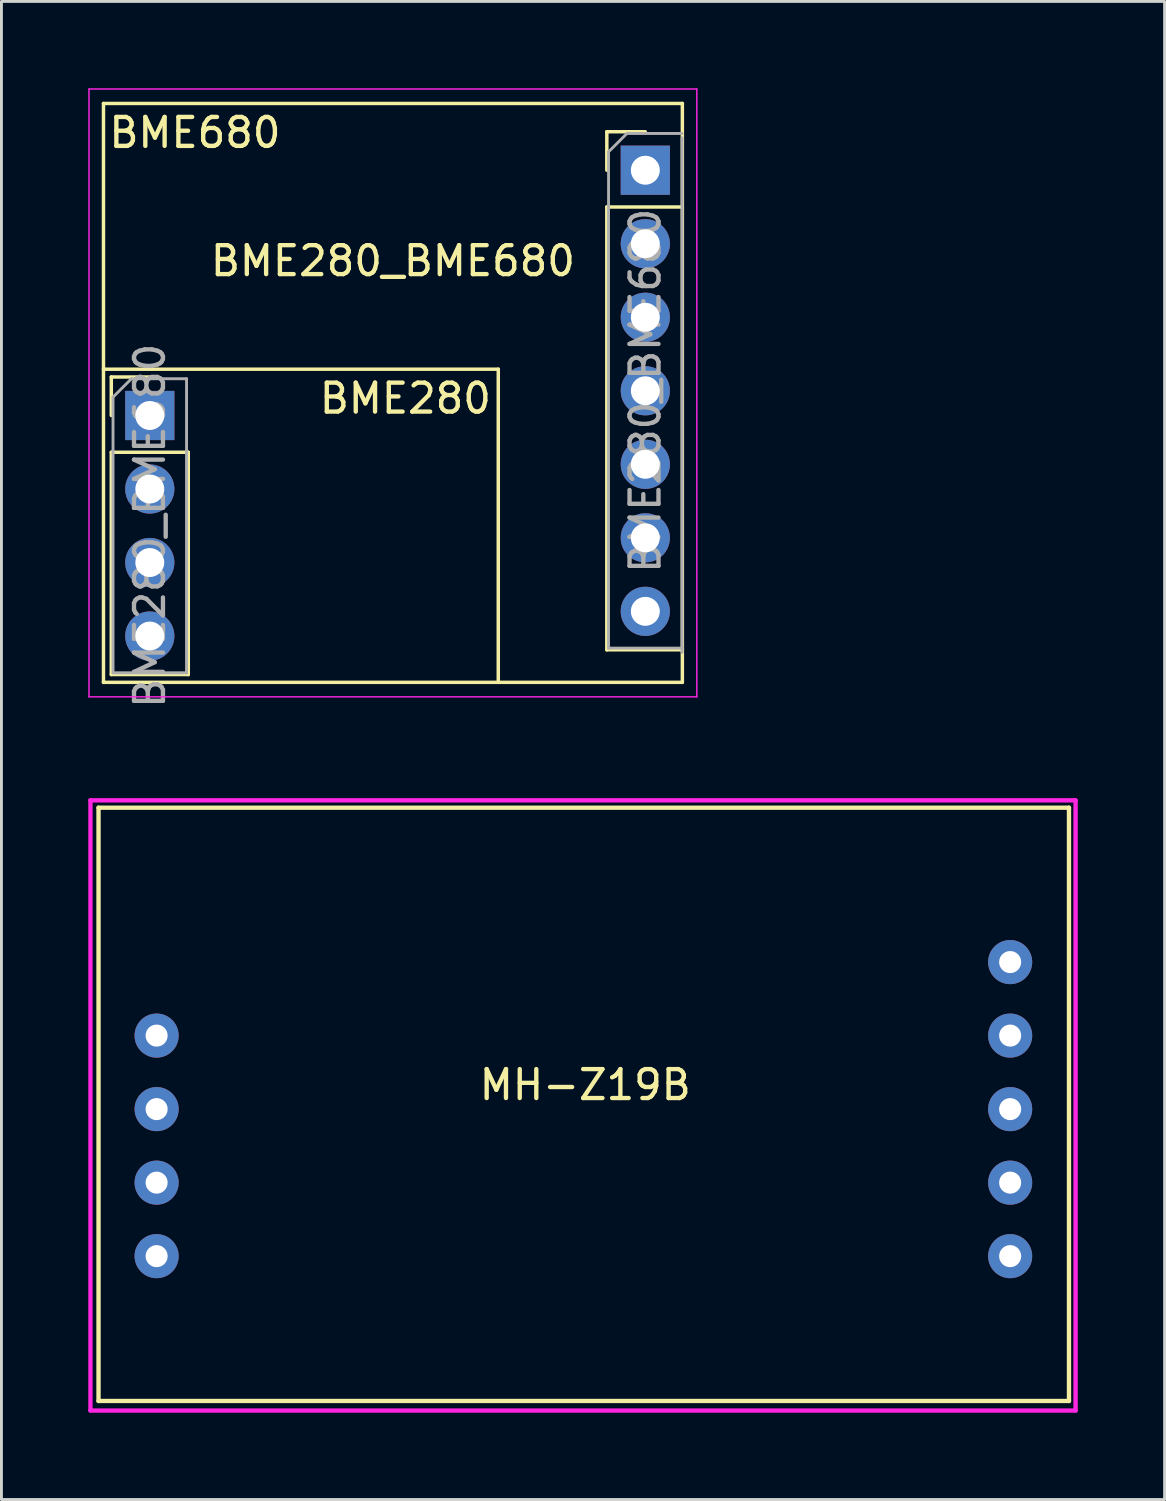
<source format=kicad_pcb>
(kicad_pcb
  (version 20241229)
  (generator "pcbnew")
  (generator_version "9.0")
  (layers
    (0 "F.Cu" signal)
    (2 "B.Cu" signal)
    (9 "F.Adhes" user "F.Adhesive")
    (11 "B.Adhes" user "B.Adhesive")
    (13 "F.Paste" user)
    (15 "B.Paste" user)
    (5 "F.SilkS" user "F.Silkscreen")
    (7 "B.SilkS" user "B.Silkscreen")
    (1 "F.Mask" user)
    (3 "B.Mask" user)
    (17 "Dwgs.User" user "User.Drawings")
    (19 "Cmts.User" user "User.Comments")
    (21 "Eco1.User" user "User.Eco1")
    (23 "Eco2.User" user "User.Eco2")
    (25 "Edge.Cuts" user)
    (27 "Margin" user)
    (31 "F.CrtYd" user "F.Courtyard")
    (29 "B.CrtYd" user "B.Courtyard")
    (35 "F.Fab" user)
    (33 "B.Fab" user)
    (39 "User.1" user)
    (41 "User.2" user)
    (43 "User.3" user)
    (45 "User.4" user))
  (footprint "BME280_BME680"
    (layer "F.Cu")
    (at 2.125 11.305)
    (property "Reference" "BME280_BME680" (at 8.4 -5.34 0) (layer "F.SilkS") (effects (font (size 1 1) (thickness 0.15))))
    (attr through_hole)
    (fp_line (start -1.6 -10.78) (end -1.6 9.22) (stroke (width 0.12) (type solid)) (layer "F.SilkS"))
    (fp_line (start -1.6 -10.78) (end 18.4 -10.78) (stroke (width 0.12) (type solid)) (layer "F.SilkS"))
    (fp_line (start -1.6 -1.6) (end 12.04 -1.6) (stroke (width 0.12) (type solid)) (layer "F.SilkS"))
    (fp_line (start -1.6 9.22) (end 18.4 9.22) (stroke (width 0.12) (type solid)) (layer "F.SilkS"))
    (fp_line (start -1.33 -1.33) (end 0 -1.33) (stroke (width 0.12) (type solid)) (layer "F.SilkS"))
    (fp_line (start -1.33 0) (end -1.33 -1.33) (stroke (width 0.12) (type solid)) (layer "F.SilkS"))
    (fp_line (start -1.33 1.27) (end -1.33 8.95) (stroke (width 0.12) (type solid)) (layer "F.SilkS"))
    (fp_line (start -1.33 1.27) (end 1.33 1.27) (stroke (width 0.12) (type solid)) (layer "F.SilkS"))
    (fp_line (start -1.33 8.95) (end 1.33 8.95) (stroke (width 0.12) (type solid)) (layer "F.SilkS"))
    (fp_line (start 1.33 1.27) (end 1.33 8.95) (stroke (width 0.12) (type solid)) (layer "F.SilkS"))
    (fp_line (start 12.04 -1.6) (end 12.04 9.22) (stroke (width 0.12) (type solid)) (layer "F.SilkS"))
    (fp_line (start 15.79 -9.804) (end 17.12 -9.804) (stroke (width 0.12) (type solid)) (layer "F.SilkS"))
    (fp_line (start 15.79 -8.474) (end 15.79 -9.804) (stroke (width 0.12) (type solid)) (layer "F.SilkS"))
    (fp_line (start 15.79 -7.204) (end 15.79 8.096) (stroke (width 0.12) (type solid)) (layer "F.SilkS"))
    (fp_line (start 15.79 -7.204) (end 18.4 -7.204) (stroke (width 0.12) (type solid)) (layer "F.SilkS"))
    (fp_line (start 15.79 8.096) (end 18.4 8.096) (stroke (width 0.12) (type solid)) (layer "F.SilkS"))
    (fp_line (start 18.4 -10.78) (end 18.4 9.22) (stroke (width 0.12) (type solid)) (layer "F.SilkS"))
    (fp_line (start -2.1 -11.28) (end -2.1 9.72) (stroke (width 0.05) (type solid)) (layer "F.CrtYd"))
    (fp_line (start -2.1 -11.28) (end 18.9 -11.28) (stroke (width 0.05) (type solid)) (layer "F.CrtYd"))
    (fp_line (start -2.1 9.72) (end 18.9 9.72) (stroke (width 0.05) (type solid)) (layer "F.CrtYd"))
    (fp_line (start 18.9 9.72) (end 18.9 -11.28) (stroke (width 0.05) (type solid)) (layer "F.CrtYd"))
    (fp_line (start -1.27 -0.635) (end -0.635 -1.27) (stroke (width 0.1) (type solid)) (layer "F.Fab"))
    (fp_line (start -1.27 8.89) (end -1.27 -0.635) (stroke (width 0.1) (type solid)) (layer "F.Fab"))
    (fp_line (start -0.635 -1.27) (end 1.27 -1.27) (stroke (width 0.1) (type solid)) (layer "F.Fab"))
    (fp_line (start 1.27 -1.27) (end 1.27 8.89) (stroke (width 0.1) (type solid)) (layer "F.Fab"))
    (fp_line (start 1.27 8.89) (end -1.27 8.89) (stroke (width 0.1) (type solid)) (layer "F.Fab"))
    (fp_line (start 15.85 -9.109) (end 16.485 -9.744) (stroke (width 0.1) (type solid)) (layer "F.Fab"))
    (fp_line (start 15.85 8.036) (end 15.85 -9.109) (stroke (width 0.1) (type solid)) (layer "F.Fab"))
    (fp_line (start 16.485 -9.744) (end 18.39 -9.744) (stroke (width 0.1) (type solid)) (layer "F.Fab"))
    (fp_line (start 18.39 -9.594) (end 18.39 8.186) (stroke (width 0.1) (type solid)) (layer "F.Fab"))
    (fp_line (start 18.39 8.036) (end 15.85 8.036) (stroke (width 0.1) (type solid)) (layer "F.Fab"))
    (fp_text user "BME280" (at 8.83 -0.59 0) (layer "F.SilkS") (effects (font (size 1 1) (thickness 0.15))))
    (fp_text user "BME680" (at 1.56 -9.77 0) (layer "F.SilkS") (effects (font (size 1 1) (thickness 0.15))))
    (fp_text user "${REFERENCE}" (at 17.12 -0.854 90) (layer "F.Fab") (effects (font (size 1 1) (thickness 0.15))))
    (fp_text user "${REFERENCE}" (at 0 3.81 90) (layer "F.Fab") (effects (font (size 1 1) (thickness 0.15))))
    (pad "" thru_hole oval (at 17.12 -5.934) (size 1.7 1.7) (drill 1) (layers "*.Cu" "*.Mask"))
    (pad "" thru_hole oval (at 17.12 4.226) (size 1.7 1.7) (drill 1) (layers "*.Cu" "*.Mask"))
    (pad "" thru_hole oval (at 17.12 6.766) (size 1.7 1.7) (drill 1) (layers "*.Cu" "*.Mask"))
    (pad "1" thru_hole rect (at 0 0) (size 1.7 1.7) (drill 1) (layers "*.Cu" "*.Mask"))
    (pad "1" thru_hole oval (at 17.12 -3.394) (size 1.7 1.7) (drill 1) (layers "*.Cu" "*.Mask"))
    (pad "2" thru_hole oval (at 0 2.54) (size 1.7 1.7) (drill 1) (layers "*.Cu" "*.Mask"))
    (pad "2" thru_hole rect (at 17.12 -8.474) (size 1.7 1.7) (drill 1) (layers "*.Cu" "*.Mask"))
    (pad "3" thru_hole oval (at 0 5.08) (size 1.7 1.7) (drill 1) (layers "*.Cu" "*.Mask"))
    (pad "3" thru_hole oval (at 17.12 -0.854) (size 1.7 1.7) (drill 1) (layers "*.Cu" "*.Mask"))
    (pad "4" thru_hole oval (at 0 7.62) (size 1.7 1.7) (drill 1) (layers "*.Cu" "*.Mask"))
    (pad "4" thru_hole oval (at 17.12 1.686) (size 1.7 1.7) (drill 1) (layers "*.Cu" "*.Mask")))
  (footprint "MH-Z19B"
    (layer "F.Cu")
    (at 2.361 40.349)
    (property "Reference" "MH-Z19B" (at 14.808 -5.918 0) (layer "F.SilkS") (effects (font (size 1 1) (thickness 0.15))))
    (attr through_hole)
    (fp_line (start -2.007 -15.494) (end 31.521 -15.494) (stroke (width 0.15) (type solid)) (layer "F.SilkS"))
    (fp_line (start -2.007 5.004) (end -2.007 -15.494) (stroke (width 0.15) (type solid)) (layer "F.SilkS"))
    (fp_line (start 31.521 -15.494) (end 31.521 5.004) (stroke (width 0.15) (type solid)) (layer "F.SilkS"))
    (fp_line (start 31.521 5.004) (end -2.007 5.004) (stroke (width 0.15) (type solid)) (layer "F.SilkS"))
    (fp_line (start -2.286 -15.748) (end 31.75 -15.748) (stroke (width 0.15) (type solid)) (layer "F.CrtYd"))
    (fp_line (start -2.286 5.334) (end -2.286 -15.748) (stroke (width 0.15) (type solid)) (layer "F.CrtYd"))
    (fp_line (start 31.75 -15.748) (end 31.75 5.334) (stroke (width 0.15) (type solid)) (layer "F.CrtYd"))
    (fp_line (start 31.75 5.334) (end -2.286 5.334) (stroke (width 0.15) (type solid)) (layer "F.CrtYd"))
    (pad "1" thru_hole circle (at 0 0) (size 1.524 1.524) (drill 0.762) (layers "*.Cu" "*.Mask"))
    (pad "2" thru_hole circle (at 0 -2.54) (size 1.524 1.524) (drill 0.762) (layers "*.Cu" "*.Mask"))
    (pad "3" thru_hole circle (at 0 -5.08) (size 1.524 1.524) (drill 0.762) (layers "*.Cu" "*.Mask"))
    (pad "4" thru_hole circle (at 0 -7.62) (size 1.524 1.524) (drill 0.762) (layers "*.Cu" "*.Mask"))
    (pad "5" thru_hole circle (at 29.489 0) (size 1.524 1.524) (drill 0.762) (layers "*.Cu" "*.Mask"))
    (pad "6" thru_hole circle (at 29.489 -2.54) (size 1.524 1.524) (drill 0.762) (layers "*.Cu" "*.Mask"))
    (pad "7" thru_hole circle (at 29.489 -5.08) (size 1.524 1.524) (drill 0.762) (layers "*.Cu" "*.Mask"))
    (pad "8" thru_hole circle (at 29.489 -7.62) (size 1.524 1.524) (drill 0.762) (layers "*.Cu" "*.Mask"))
    (pad "9" thru_hole circle (at 29.489 -10.16) (size 1.524 1.524) (drill 0.762) (layers "*.Cu" "*.Mask")))
  (gr_rect
    (start -3 -3)
    (end 37.186 48.758)
    (stroke (width 0.1) (type default))
    (fill no)
    (layer "Edge.Cuts")))
</source>
